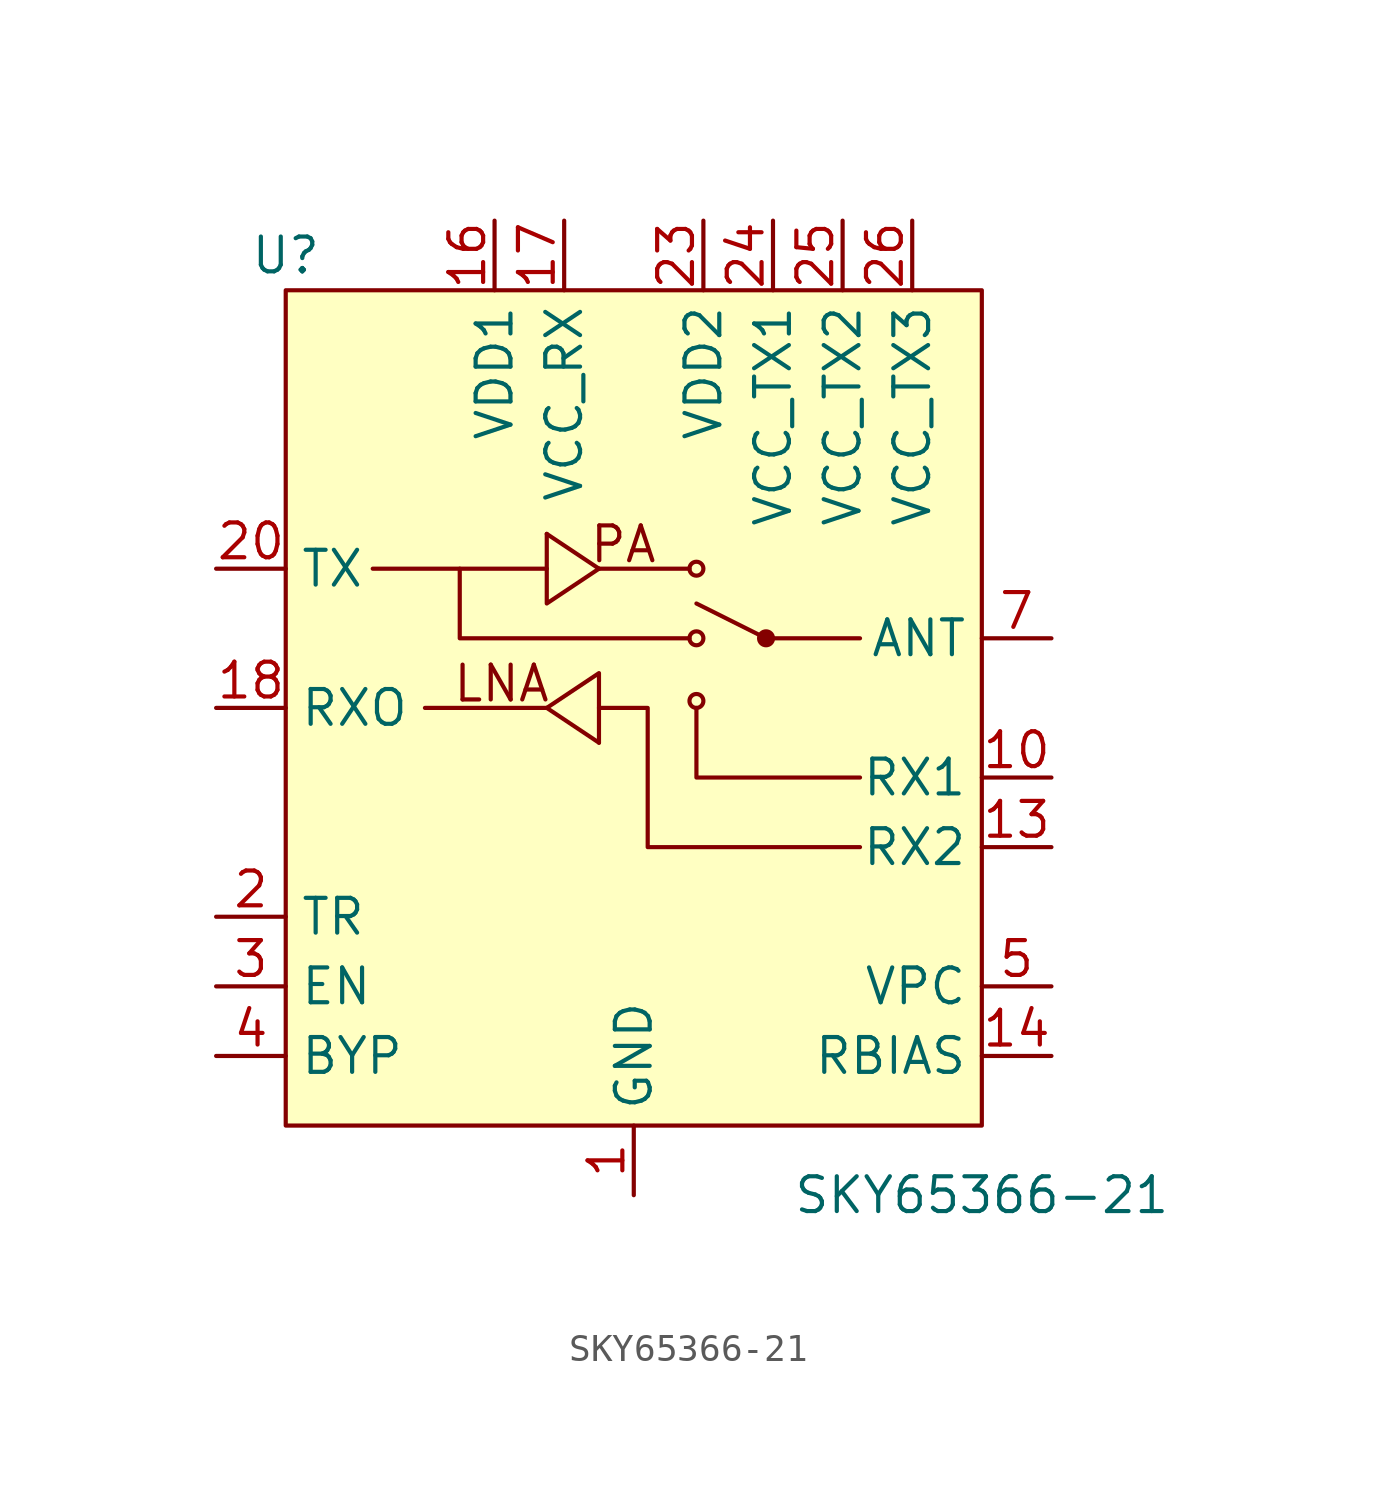
<source format=kicad_sym>
(kicad_symbol_lib
  (version 20211014)
  (generator kicad_symbol_editor)
  (symbol "SKY65366-21"
    (property "Reference" "U"
      (at -12.7 16.51 0)
      (effects (font (size 1.27 1.27))))
    (property "Value" "SKY65366-21"
      (at 12.7 -17.78 0)
      (effects (font (size 1.27 1.27))))
    (symbol "SKY65366-21_0_0"
      (text "LNA" (at -4.826 0.889 0) (effects (font (size 1.27 1.27))))
      (text "PA" (at -0.381 5.969 0) (effects (font (size 1.27 1.27))))
      (pin power_in line (at 0 -17.78 90) (length 2.54) (name "GND" (effects (font (size 1.27 1.27)))) (number "1" (effects (font (size 1.27 1.27)))))
      (pin input line (at 15.24 -2.54 180) (length 2.54) (name "RX1" (effects (font (size 1.27 1.27)))) (number "10" (effects (font (size 1.27 1.27)))))
      (pin power_in line (at 0 -17.78 90) (length 2.54) hide (name "GND" (effects (font (size 1.27 1.27)))) (number "11" (effects (font (size 1.27 1.27)))))
      (pin power_in line (at 0 -17.78 90) (length 2.54) hide (name "GND" (effects (font (size 1.27 1.27)))) (number "12" (effects (font (size 1.27 1.27)))))
      (pin output line (at 15.24 -5.08 180) (length 2.54) (name "RX2" (effects (font (size 1.27 1.27)))) (number "13" (effects (font (size 1.27 1.27)))))
      (pin bidirectional line (at 15.24 -12.7 180) (length 2.54) (name "RBIAS" (effects (font (size 1.27 1.27)))) (number "14" (effects (font (size 1.27 1.27)))))
      (pin power_in line (at 0 -17.78 90) (length 2.54) hide (name "GND" (effects (font (size 1.27 1.27)))) (number "15" (effects (font (size 1.27 1.27)))))
      (pin power_in line (at -5.08 17.78 270) (length 2.54) (name "VDD1" (effects (font (size 1.27 1.27)))) (number "16" (effects (font (size 1.27 1.27)))))
      (pin power_in line (at -2.54 17.78 270) (length 2.54) (name "VCC_RX" (effects (font (size 1.27 1.27)))) (number "17" (effects (font (size 1.27 1.27)))))
      (pin output line (at -15.24 0 0) (length 2.54) (name "RXO" (effects (font (size 1.27 1.27)))) (number "18" (effects (font (size 1.27 1.27)))))
      (pin power_in line (at 0 -17.78 90) (length 2.54) hide (name "GND" (effects (font (size 1.27 1.27)))) (number "19" (effects (font (size 1.27 1.27)))))
      (pin input line (at -15.24 -7.62 0) (length 2.54) (name "TR" (effects (font (size 1.27 1.27)))) (number "2" (effects (font (size 1.27 1.27)))))
      (pin output line (at -15.24 5.08 0) (length 2.54) (name "TX" (effects (font (size 1.27 1.27)))) (number "20" (effects (font (size 1.27 1.27)))))
      (pin power_in line (at 0 -17.78 90) (length 2.54) hide (name "GND" (effects (font (size 1.27 1.27)))) (number "21" (effects (font (size 1.27 1.27)))))
      (pin power_in line (at 0 -17.78 90) (length 2.54) hide (name "GND" (effects (font (size 1.27 1.27)))) (number "22" (effects (font (size 1.27 1.27)))))
      (pin power_in line (at 2.54 17.78 270) (length 2.54) (name "VDD2" (effects (font (size 1.27 1.27)))) (number "23" (effects (font (size 1.27 1.27)))))
      (pin power_in line (at 5.08 17.78 270) (length 2.54) (name "VCC_TX1" (effects (font (size 1.27 1.27)))) (number "24" (effects (font (size 1.27 1.27)))))
      (pin power_in line (at 7.62 17.78 270) (length 2.54) (name "VCC_TX2" (effects (font (size 1.27 1.27)))) (number "25" (effects (font (size 1.27 1.27)))))
      (pin power_in line (at 10.16 17.78 270) (length 2.54) (name "VCC_TX3" (effects (font (size 1.27 1.27)))) (number "26" (effects (font (size 1.27 1.27)))))
      (pin power_in line (at 0 -17.78 90) (length 2.54) hide (name "GND" (effects (font (size 1.27 1.27)))) (number "27" (effects (font (size 1.27 1.27)))))
      (pin power_in line (at 0 -17.78 90) (length 2.54) hide (name "GND" (effects (font (size 1.27 1.27)))) (number "28" (effects (font (size 1.27 1.27)))))
      (pin power_in line (at 0 -17.78 90) (length 2.54) hide (name "EPAD" (effects (font (size 1.27 1.27)))) (number "29" (effects (font (size 1.27 1.27)))))
      (pin input line (at -15.24 -10.16 0) (length 2.54) (name "EN" (effects (font (size 1.27 1.27)))) (number "3" (effects (font (size 1.27 1.27)))))
      (pin input line (at -15.24 -12.7 0) (length 2.54) (name "BYP" (effects (font (size 1.27 1.27)))) (number "4" (effects (font (size 1.27 1.27)))))
      (pin bidirectional line (at 15.24 -10.16 180) (length 2.54) (name "VPC" (effects (font (size 1.27 1.27)))) (number "5" (effects (font (size 1.27 1.27)))))
      (pin power_in line (at 0 -17.78 90) (length 2.54) hide (name "GND" (effects (font (size 1.27 1.27)))) (number "6" (effects (font (size 1.27 1.27)))))
      (pin bidirectional line (at 15.24 2.54 180) (length 2.54) (name "ANT" (effects (font (size 1.27 1.27)))) (number "7" (effects (font (size 1.27 1.27)))))
      (pin power_in line (at 0 -17.78 90) (length 2.54) hide (name "GND" (effects (font (size 1.27 1.27)))) (number "8" (effects (font (size 1.27 1.27)))))
      (pin power_in line (at 0 -17.78 90) (length 2.54) hide (name "GND" (effects (font (size 1.27 1.27)))) (number "9" (effects (font (size 1.27 1.27))))))
    (symbol "SKY65366-21_0_1"
      (rectangle (start -12.7 15.24) (end 12.7 -15.24) (stroke (width 0) (type default) (color 0 0 0 0)) (fill (type background)))
      (polyline (pts (xy -9.525 5.08) (xy -3.175 5.08)) (stroke (width 0) (type default) (color 0 0 0 0)) (fill (type none)))
      (polyline (pts (xy -3.175 0) (xy -7.62 0)) (stroke (width 0) (type default) (color 0 0 0 0)) (fill (type none)))
      (polyline (pts (xy -3.175 6.35) (xy -1.27 5.08)) (stroke (width 0) (type default) (color 0 0 0 0)) (fill (type none)))
      (polyline (pts (xy -1.27 -1.27) (xy -3.175 0)) (stroke (width 0) (type default) (color 0 0 0 0)) (fill (type none)))
      (polyline (pts (xy -1.27 5.08) (xy 2.032 5.08)) (stroke (width 0) (type default) (color 0 0 0 0)) (fill (type none)))
      (polyline (pts (xy 4.826 2.54) (xy 2.286 3.81)) (stroke (width 0) (type default) (color 0 0 0 0)) (fill (type none)))
      (polyline (pts (xy 8.255 2.54) (xy 5.08 2.54)) (stroke (width 0) (type default) (color 0 0 0 0)) (fill (type none)))
      (polyline (pts (xy -6.35 5.08) (xy -6.35 2.54) (xy 2.032 2.54)) (stroke (width 0) (type default) (color 0 0 0 0)) (fill (type none)))
      (polyline (pts (xy -3.175 6.35) (xy -3.175 3.81) (xy -1.27 5.08)) (stroke (width 0) (type default) (color 0 0 0 0)) (fill (type none)))
      (polyline (pts (xy -1.27 -1.27) (xy -1.27 1.27) (xy -3.175 0)) (stroke (width 0) (type default) (color 0 0 0 0)) (fill (type none)))
      (polyline (pts (xy 8.255 -2.54) (xy 2.286 -2.54) (xy 2.286 0)) (stroke (width 0) (type default) (color 0 0 0 0)) (fill (type none)))
      (polyline (pts (xy 8.255 -5.08) (xy 0.508 -5.08) (xy 0.508 0) (xy -1.27 0)) (stroke (width 0) (type default) (color 0 0 0 0)) (fill (type none)))
      (circle (center 2.286 0.254) (radius 0.254) (stroke (width 0) (type default) (color 0 0 0 0)) (fill (type none)))
      (circle (center 2.286 2.54) (radius 0.254) (stroke (width 0) (type default) (color 0 0 0 0)) (fill (type none)))
      (circle (center 2.286 5.08) (radius 0.254) (stroke (width 0) (type default) (color 0 0 0 0)) (fill (type none)))
      (circle (center 4.826 2.54) (radius 0.254) (stroke (width 0) (type default) (color 0 0 0 0)) (fill (type outline))))))
</source>
